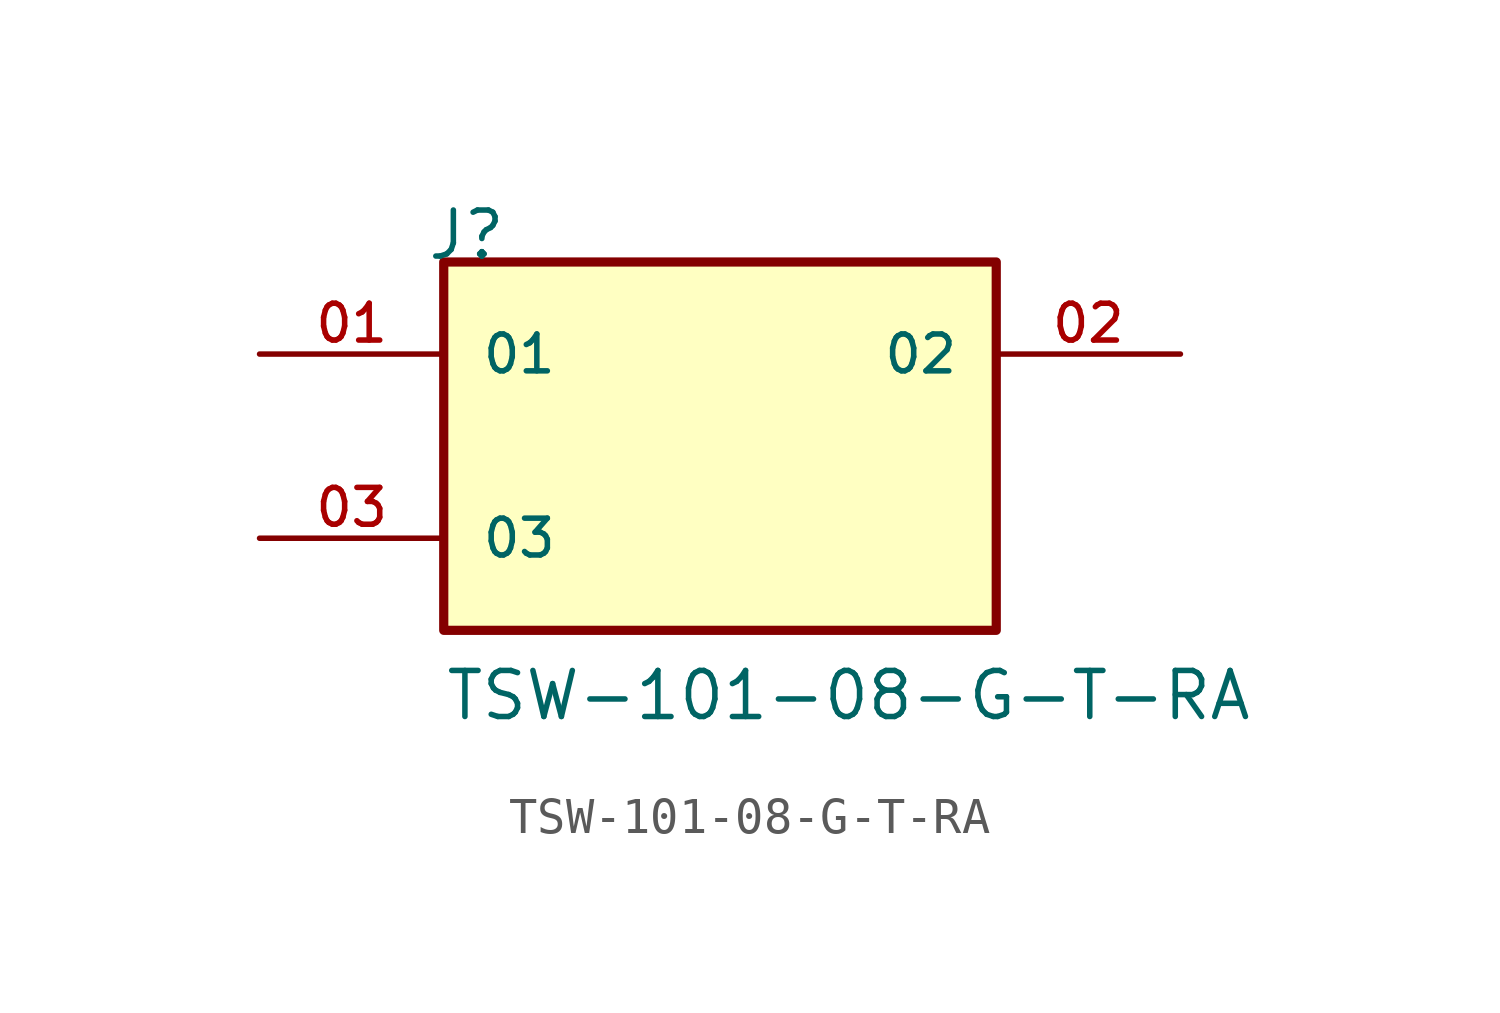
<source format=kicad_sym>
(kicad_symbol_lib
  (version 20211014)
  (generator kicad_symbol_editor)
  (symbol "TSW-101-08-G-T-RA"
    (pin_names
      (offset 1.016))
    (property "Reference" "J"
      (at -8.12 5.08 0)
      (effects (font (size 1.27 1.27)) (justify bottom left)))
    (property "Value" "TSW-101-08-G-T-RA"
      (at -7.62 -7.62 0)
      (effects (font (size 1.27 1.27)) (justify bottom left)))
    (symbol "TSW-101-08-G-T-RA_0_0"
      (rectangle (start -7.62 -5.08) (end 7.62 5.08) (stroke (width 0.254)) (fill (type background)))
      (pin passive line (at -12.7 2.54 0) (length 5.08) (name "01" (effects (font (size 1.016 1.016)))) (number "01" (effects (font (size 1.016 1.016)))))
      (pin passive line (at 12.7 2.54 180.0) (length 5.08) (name "02" (effects (font (size 1.016 1.016)))) (number "02" (effects (font (size 1.016 1.016)))))
      (pin passive line (at -12.7 -2.54 0) (length 5.08) (name "03" (effects (font (size 1.016 1.016)))) (number "03" (effects (font (size 1.016 1.016))))))))
</source>
